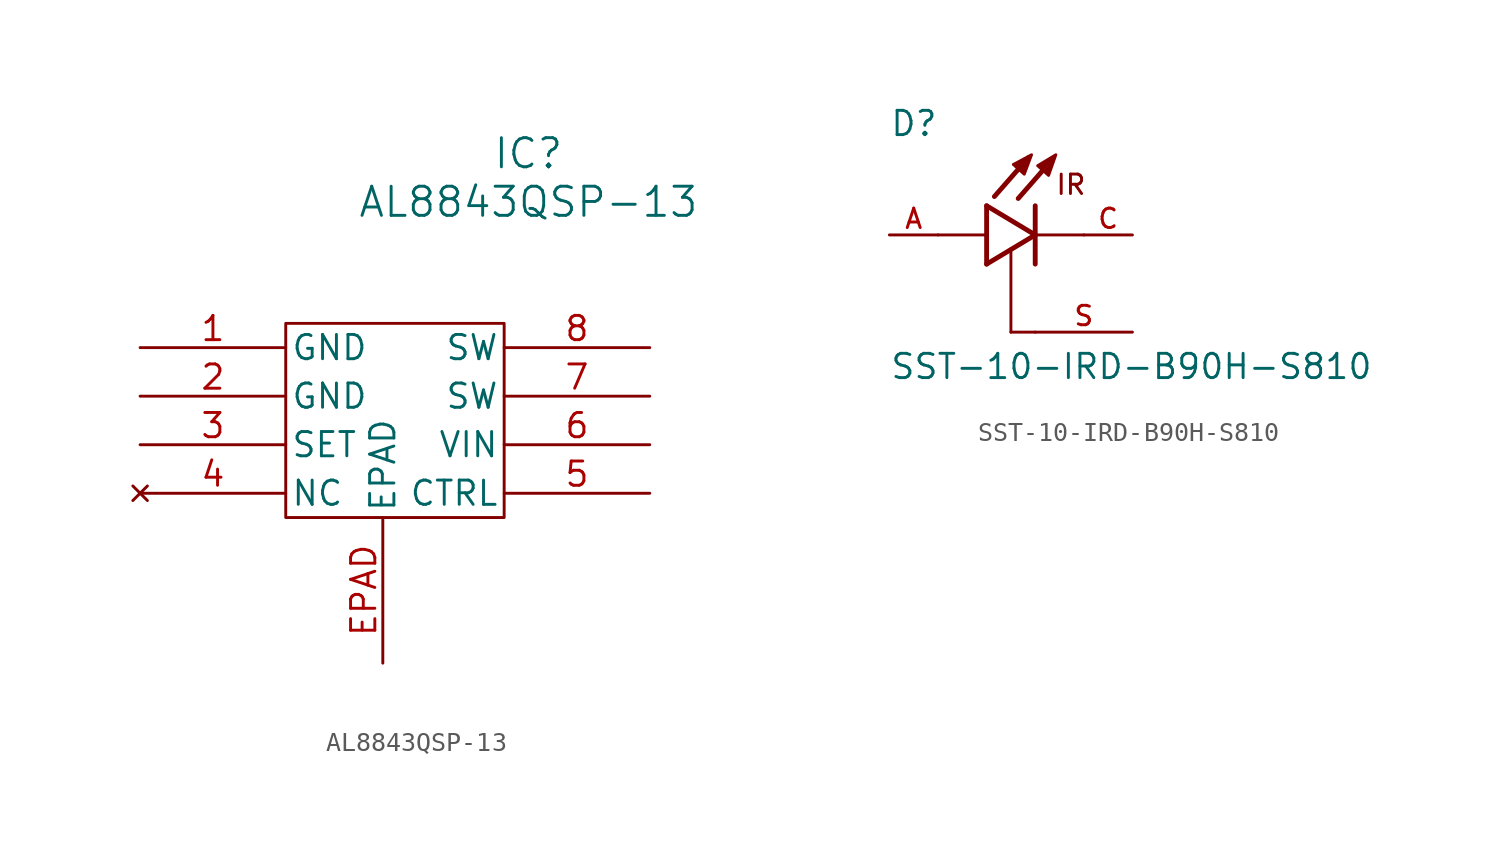
<source format=kicad_sym>
(kicad_symbol_lib
  (version 20220914)
  (generator kicad_symbol_editor)
  (symbol "AL8843QSP-13"
    (pin_names
      (offset 0.254))
    (property "Reference" "IC"
      (at 20.32 10.16 0)
      (effects (font (size 1.524 1.524))))
    (property "Value" "AL8843QSP-13"
      (at 20.32 7.62 0)
      (effects (font (size 1.524 1.524))))
    (property "ki_locked" ""
      (at 0 0 0)
      (effects (font (size 1.27 1.27))))
    (symbol "AL8843QSP-13_0_1"
      (pin power_out line (at 0 0 0) (length 7.62) (name "GND" (effects (font (size 1.27 1.27)))) (number "1" (effects (font (size 1.27 1.27)))))
      (pin power_out line (at 0 -2.54 0) (length 7.62) (name "GND" (effects (font (size 1.27 1.27)))) (number "2" (effects (font (size 1.27 1.27)))))
      (pin unspecified line (at 0 -5.08 0) (length 7.62) (name "SET" (effects (font (size 1.27 1.27)))) (number "3" (effects (font (size 1.27 1.27)))))
      (pin no_connect line (at 0 -7.62 0) (length 7.62) (name "NC" (effects (font (size 1.27 1.27)))) (number "4" (effects (font (size 1.27 1.27)))))
      (pin unspecified line (at 26.67 -7.62 180) (length 7.62) (name "CTRL" (effects (font (size 1.27 1.27)))) (number "5" (effects (font (size 1.27 1.27)))))
      (pin unspecified line (at 26.67 -5.08 180) (length 7.62) (name "VIN" (effects (font (size 1.27 1.27)))) (number "6" (effects (font (size 1.27 1.27)))))
      (pin unspecified line (at 26.67 -2.54 180) (length 7.62) (name "SW" (effects (font (size 1.27 1.27)))) (number "7" (effects (font (size 1.27 1.27)))))
      (pin unspecified line (at 26.67 0 180) (length 7.62) (name "SW" (effects (font (size 1.27 1.27)))) (number "8" (effects (font (size 1.27 1.27))))))
    (symbol "AL8843QSP-13_1_1"
      (rectangle (start 7.62 1.27) (end 19.05 -8.89) (stroke (width 0) (type default)) (fill (type none)))
      (pin unspecified line (at 12.7 -16.51 90) (length 7.62) (name "EPAD" (effects (font (size 1.27 1.27)))) (number "EPAD" (effects (font (size 1.27 1.27)))))))
  (symbol "SST-10-IRD-B90H-S810"
    (pin_names
      (offset 1.016))
    (property "Reference" "D"
      (at -7.62 5.08 0)
      (effects (font (size 1.27 1.27)) (justify left bottom)))
    (property "Value" "SST-10-IRD-B90H-S810"
      (at -7.62 -7.62 0)
      (effects (font (size 1.27 1.27)) (justify left bottom)))
    (symbol "SST-10-IRD-B90H-S810_0_0"
      (polyline (pts (xy -2.54 -1.524) (xy 0 0)) (stroke (width 0.254) (type default)) (fill (type none)))
      (polyline (pts (xy -2.54 0) (xy -5.08 0)) (stroke (width 0.152) (type default)) (fill (type none)))
      (polyline (pts (xy -2.54 0) (xy -2.54 -1.524)) (stroke (width 0.254) (type default)) (fill (type none)))
      (polyline (pts (xy -2.54 1.524) (xy -2.54 0)) (stroke (width 0.254) (type default)) (fill (type none)))
      (polyline (pts (xy -1.27 -5.08) (xy -1.27 -0.711)) (stroke (width 0.152) (type default)) (fill (type none)))
      (polyline (pts (xy -0.356 4.039) (xy -2.134 2.007)) (stroke (width 0.254) (type default)) (fill (type none)))
      (polyline (pts (xy 0 -5.08) (xy -1.27 -5.08)) (stroke (width 0.152) (type default)) (fill (type none)))
      (polyline (pts (xy 0 0) (xy -2.54 1.524)) (stroke (width 0.254) (type default)) (fill (type none)))
      (polyline (pts (xy 0 0) (xy 0 -1.524)) (stroke (width 0.254) (type default)) (fill (type none)))
      (polyline (pts (xy 0 1.524) (xy 0 0)) (stroke (width 0.254) (type default)) (fill (type none)))
      (polyline (pts (xy 0.889 3.937) (xy -0.889 1.905)) (stroke (width 0.254) (type default)) (fill (type none)))
      (polyline (pts (xy 2.54 0) (xy 0 0)) (stroke (width 0.152) (type default)) (fill (type none)))
      (polyline (pts (xy -1.143 3.683) (xy -0.572 3.175) (xy -0.191 4.191) (xy -1.143 3.683)) (stroke (width 0.152) (type default)) (fill (type outline)))
      (polyline (pts (xy 0.127 3.619) (xy 0.699 3.111) (xy 1.079 4.191) (xy 0.127 3.619)) (stroke (width 0.152) (type default)) (fill (type outline)))
      (text "IR" (at 1.016 2.032 0) (effects (font (size 1.016 1.016)) (justify left bottom)))
      (pin passive line (at -7.62 0 0) (length 2.54) (name "~" (effects (font (size 1.016 1.016)))) (number "A" (effects (font (size 1.016 1.016)))))
      (pin passive line (at 5.08 0 180) (length 2.54) (name "~" (effects (font (size 1.016 1.016)))) (number "C" (effects (font (size 1.016 1.016)))))
      (pin passive line (at 5.08 -5.08 180) (length 5.08) (name "~" (effects (font (size 1.016 1.016)))) (number "S" (effects (font (size 1.016 1.016))))))))
</source>
